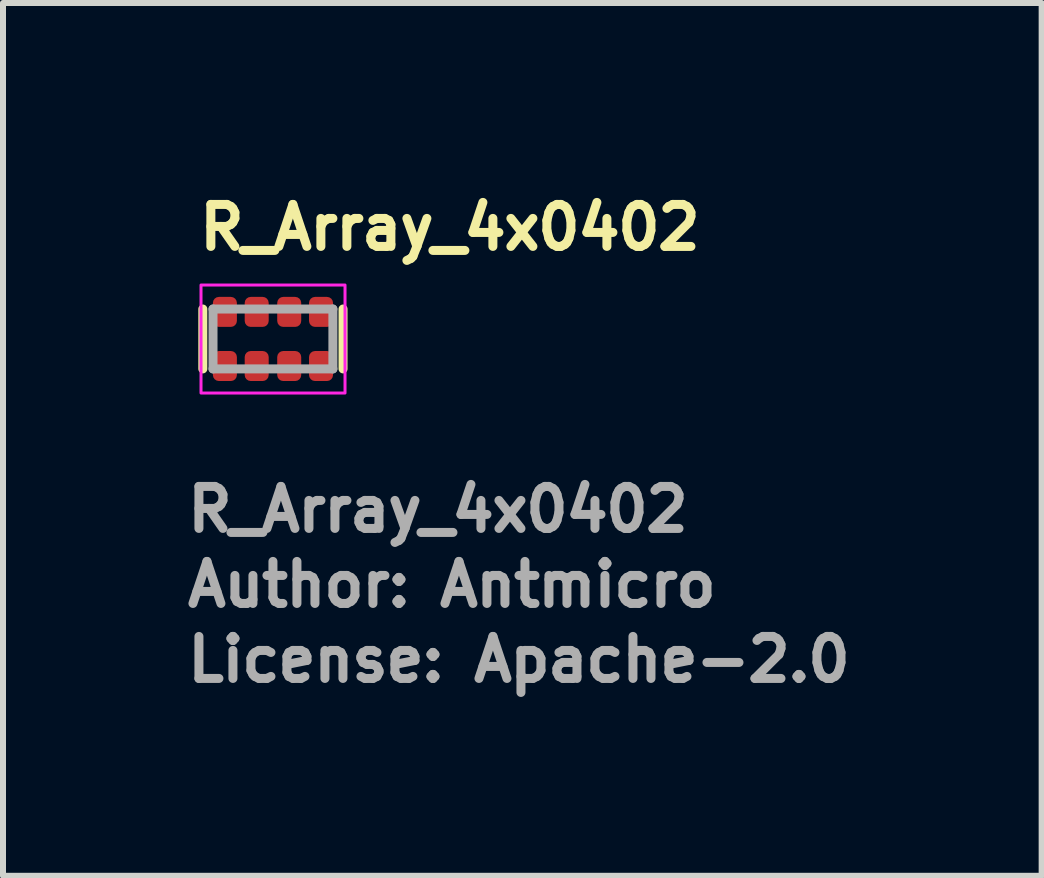
<source format=kicad_pcb>
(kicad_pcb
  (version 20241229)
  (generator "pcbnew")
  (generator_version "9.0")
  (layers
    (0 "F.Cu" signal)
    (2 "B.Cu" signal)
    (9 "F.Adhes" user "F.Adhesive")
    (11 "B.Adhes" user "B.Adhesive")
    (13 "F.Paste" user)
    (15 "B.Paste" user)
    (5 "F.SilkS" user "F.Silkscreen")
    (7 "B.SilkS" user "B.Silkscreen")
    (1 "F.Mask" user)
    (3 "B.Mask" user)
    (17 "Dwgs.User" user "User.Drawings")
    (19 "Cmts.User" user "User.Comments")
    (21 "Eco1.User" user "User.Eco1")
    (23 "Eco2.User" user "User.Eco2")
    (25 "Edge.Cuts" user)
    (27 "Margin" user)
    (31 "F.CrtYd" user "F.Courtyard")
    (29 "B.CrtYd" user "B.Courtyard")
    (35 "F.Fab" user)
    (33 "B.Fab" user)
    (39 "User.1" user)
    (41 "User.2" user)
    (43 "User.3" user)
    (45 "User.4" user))
  (footprint "R_Array_4x0402"
    (layer "F.Cu")
    (at 1.5 2.6)
    (property "Reference" "R_Array_4x0402" (at -1.301 -1.45 0) (layer "F.SilkS") (effects (font (size 0.7 0.7) (thickness 0.15)) (justify left bottom)))
    (attr smd)
    (fp_line (start -1.17 -0.5) (end -1.17 0.498) (stroke (width 0.15) (type solid)) (layer "F.SilkS"))
    (fp_line (start 1.167 0.498) (end 1.167 -0.5) (stroke (width 0.15) (type solid)) (layer "F.SilkS"))
    (fp_rect (start -1.2 -0.9) (end 1.2 0.9) (stroke (width 0.05) (type solid)) (fill no) (layer "F.CrtYd"))
    (fp_line (start -1 -0.5) (end 0.998 -0.5) (stroke (width 0.15) (type solid)) (layer "F.Fab"))
    (fp_line (start -1 0.498) (end -1 -0.5) (stroke (width 0.15) (type solid)) (layer "F.Fab"))
    (fp_line (start 0.998 -0.5) (end 0.998 0.498) (stroke (width 0.15) (type solid)) (layer "F.Fab"))
    (fp_line (start 0.998 0.498) (end -1 0.498) (stroke (width 0.15) (type solid)) (layer "F.Fab"))
    (fp_rect (start -1 -0.5) (end 0.998 0.498) (stroke (width 0.1) (type solid)) (fill no) (layer "User.5"))
    (fp_line (start -1 -0.5) (end -1 -0.295) (stroke (width 0.02) (type solid)) (layer "User.9"))
    (fp_line (start -1 -0.295) (end -1 -0.202) (stroke (width 0.02) (type solid)) (layer "User.9"))
    (fp_line (start -1 0.2) (end -1 0.293) (stroke (width 0.02) (type solid)) (layer "User.9"))
    (fp_line (start -1 0.293) (end -1 0.498) (stroke (width 0.02) (type solid)) (layer "User.9"))
    (fp_line (start -0.995 -0.295) (end -0.995 0.293) (stroke (width 0.02) (type solid)) (layer "User.9"))
    (fp_line (start -0.995 -0.202) (end -1 -0.202) (stroke (width 0.02) (type solid)) (layer "User.9"))
    (fp_line (start -0.995 0.2) (end -1 0.2) (stroke (width 0.02) (type solid)) (layer "User.9"))
    (fp_line (start -0.99 -0.295) (end -1 -0.295) (stroke (width 0.02) (type solid)) (layer "User.9"))
    (fp_line (start -0.99 -0.295) (end -0.99 0.293) (stroke (width 0.02) (type solid)) (layer "User.9"))
    (fp_line (start -0.99 0.293) (end -1 0.293) (stroke (width 0.02) (type solid)) (layer "User.9"))
    (fp_line (start -0.99 0.293) (end -0.6 0.293) (stroke (width 0.02) (type solid)) (layer "User.9"))
    (fp_line (start -0.982 -0.288) (end -0.99 -0.295) (stroke (width 0.02) (type solid)) (layer "User.9"))
    (fp_line (start -0.982 -0.288) (end -0.982 0.286) (stroke (width 0.02) (type solid)) (layer "User.9"))
    (fp_line (start -0.982 0.286) (end -0.99 0.293) (stroke (width 0.02) (type solid)) (layer "User.9"))
    (fp_line (start -0.982 0.286) (end 0.98 0.286) (stroke (width 0.02) (type solid)) (layer "User.9"))
    (fp_line (start -0.6 -0.5) (end -1 -0.5) (stroke (width 0.02) (type solid)) (layer "User.9"))
    (fp_line (start -0.6 -0.5) (end -0.6 -0.295) (stroke (width 0.02) (type solid)) (layer "User.9"))
    (fp_line (start -0.6 -0.295) (end -0.99 -0.295) (stroke (width 0.02) (type solid)) (layer "User.9"))
    (fp_line (start -0.6 0.293) (end -0.6 0.498) (stroke (width 0.02) (type solid)) (layer "User.9"))
    (fp_line (start -0.6 0.293) (end -0.402 0.293) (stroke (width 0.02) (type solid)) (layer "User.9"))
    (fp_line (start -0.6 0.298) (end -0.402 0.298) (stroke (width 0.02) (type solid)) (layer "User.9"))
    (fp_line (start -0.6 0.498) (end -1 0.498) (stroke (width 0.02) (type solid)) (layer "User.9"))
    (fp_line (start -0.402 -0.5) (end -0.402 -0.295) (stroke (width 0.02) (type solid)) (layer "User.9"))
    (fp_line (start -0.402 -0.3) (end -0.6 -0.3) (stroke (width 0.02) (type solid)) (layer "User.9"))
    (fp_line (start -0.402 -0.295) (end -0.6 -0.295) (stroke (width 0.02) (type solid)) (layer "User.9"))
    (fp_line (start -0.402 0.293) (end -0.402 0.498) (stroke (width 0.02) (type solid)) (layer "User.9"))
    (fp_line (start -0.102 -0.5) (end -0.402 -0.5) (stroke (width 0.02) (type solid)) (layer "User.9"))
    (fp_line (start -0.102 -0.5) (end -0.102 -0.295) (stroke (width 0.02) (type solid)) (layer "User.9"))
    (fp_line (start -0.102 -0.295) (end -0.402 -0.295) (stroke (width 0.02) (type solid)) (layer "User.9"))
    (fp_line (start -0.102 0.293) (end -0.402 0.293) (stroke (width 0.02) (type solid)) (layer "User.9"))
    (fp_line (start -0.102 0.293) (end -0.102 0.498) (stroke (width 0.02) (type solid)) (layer "User.9"))
    (fp_line (start -0.102 0.293) (end 0.1 0.293) (stroke (width 0.02) (type solid)) (layer "User.9"))
    (fp_line (start -0.102 0.298) (end 0.1 0.298) (stroke (width 0.02) (type solid)) (layer "User.9"))
    (fp_line (start -0.102 0.498) (end -0.402 0.498) (stroke (width 0.02) (type solid)) (layer "User.9"))
    (fp_line (start 0.1 -0.5) (end 0.1 -0.295) (stroke (width 0.02) (type solid)) (layer "User.9"))
    (fp_line (start 0.1 -0.3) (end -0.102 -0.3) (stroke (width 0.02) (type solid)) (layer "User.9"))
    (fp_line (start 0.1 -0.295) (end -0.102 -0.295) (stroke (width 0.02) (type solid)) (layer "User.9"))
    (fp_line (start 0.1 0.293) (end 0.1 0.498) (stroke (width 0.02) (type solid)) (layer "User.9"))
    (fp_line (start 0.4 -0.5) (end 0.1 -0.5) (stroke (width 0.02) (type solid)) (layer "User.9"))
    (fp_line (start 0.4 -0.5) (end 0.4 -0.295) (stroke (width 0.02) (type solid)) (layer "User.9"))
    (fp_line (start 0.4 -0.295) (end 0.1 -0.295) (stroke (width 0.02) (type solid)) (layer "User.9"))
    (fp_line (start 0.4 0.293) (end 0.1 0.293) (stroke (width 0.02) (type solid)) (layer "User.9"))
    (fp_line (start 0.4 0.293) (end 0.4 0.498) (stroke (width 0.02) (type solid)) (layer "User.9"))
    (fp_line (start 0.4 0.293) (end 0.598 0.293) (stroke (width 0.02) (type solid)) (layer "User.9"))
    (fp_line (start 0.4 0.298) (end 0.598 0.298) (stroke (width 0.02) (type solid)) (layer "User.9"))
    (fp_line (start 0.4 0.498) (end 0.1 0.498) (stroke (width 0.02) (type solid)) (layer "User.9"))
    (fp_line (start 0.598 -0.5) (end 0.598 -0.295) (stroke (width 0.02) (type solid)) (layer "User.9"))
    (fp_line (start 0.598 -0.5) (end 0.998 -0.5) (stroke (width 0.02) (type solid)) (layer "User.9"))
    (fp_line (start 0.598 -0.3) (end 0.4 -0.3) (stroke (width 0.02) (type solid)) (layer "User.9"))
    (fp_line (start 0.598 -0.295) (end 0.4 -0.295) (stroke (width 0.02) (type solid)) (layer "User.9"))
    (fp_line (start 0.598 0.293) (end 0.598 0.498) (stroke (width 0.02) (type solid)) (layer "User.9"))
    (fp_line (start 0.598 0.293) (end 0.988 0.293) (stroke (width 0.02) (type solid)) (layer "User.9"))
    (fp_line (start 0.598 0.498) (end 0.998 0.498) (stroke (width 0.02) (type solid)) (layer "User.9"))
    (fp_line (start 0.98 -0.288) (end -0.982 -0.288) (stroke (width 0.02) (type solid)) (layer "User.9"))
    (fp_line (start 0.98 -0.288) (end 0.988 -0.295) (stroke (width 0.02) (type solid)) (layer "User.9"))
    (fp_line (start 0.98 0.286) (end 0.98 -0.288) (stroke (width 0.02) (type solid)) (layer "User.9"))
    (fp_line (start 0.98 0.286) (end 0.988 0.293) (stroke (width 0.02) (type solid)) (layer "User.9"))
    (fp_line (start 0.988 -0.295) (end 0.598 -0.295) (stroke (width 0.02) (type solid)) (layer "User.9"))
    (fp_line (start 0.988 -0.295) (end 0.998 -0.295) (stroke (width 0.02) (type solid)) (layer "User.9"))
    (fp_line (start 0.988 0.293) (end 0.988 -0.295) (stroke (width 0.02) (type solid)) (layer "User.9"))
    (fp_line (start 0.988 0.293) (end 0.998 0.293) (stroke (width 0.02) (type solid)) (layer "User.9"))
    (fp_line (start 0.993 -0.202) (end 0.998 -0.202) (stroke (width 0.02) (type solid)) (layer "User.9"))
    (fp_line (start 0.993 0.2) (end 0.998 0.2) (stroke (width 0.02) (type solid)) (layer "User.9"))
    (fp_line (start 0.993 0.293) (end 0.993 -0.295) (stroke (width 0.02) (type solid)) (layer "User.9"))
    (fp_line (start 0.998 -0.5) (end 0.998 -0.295) (stroke (width 0.02) (type solid)) (layer "User.9"))
    (fp_line (start 0.998 -0.295) (end 0.998 -0.202) (stroke (width 0.02) (type solid)) (layer "User.9"))
    (fp_line (start 0.998 0.2) (end 0.998 0.293) (stroke (width 0.02) (type solid)) (layer "User.9"))
    (fp_line (start 0.998 0.293) (end 0.998 0.498) (stroke (width 0.02) (type solid)) (layer "User.9"))
    (fp_text user "${REFERENCE}" (at -1.5 3.25 0) (layer "F.Fab") (effects (font (size 0.7 0.7) (thickness 0.15)) (justify left bottom)))
    (fp_text user "License: Apache-2.0" (at -1.5 5.75 0) (layer "F.Fab") (effects (font (size 0.7 0.7) (thickness 0.15)) (justify left bottom)))
    (fp_text user "Author: Antmicro" (at -1.5 4.5 0) (layer "F.Fab") (effects (font (size 0.7 0.7) (thickness 0.15)) (justify left bottom)))
    (pad "1" smd roundrect (at -0.802 0.45) (size 0.4 0.5) (layers "F.Cu" "F.Mask" "F.Paste") (roundrect_rratio 0.25))
    (pad "2" smd roundrect (at -0.272 0.45) (size 0.4 0.5) (layers "F.Cu" "F.Mask" "F.Paste") (roundrect_rratio 0.25))
    (pad "3" smd roundrect (at 0.27 0.45) (size 0.4 0.5) (layers "F.Cu" "F.Mask" "F.Paste") (roundrect_rratio 0.25))
    (pad "4" smd roundrect (at 0.8 0.45) (size 0.4 0.5) (layers "F.Cu" "F.Mask" "F.Paste") (roundrect_rratio 0.25))
    (pad "5" smd roundrect (at 0.8 -0.452) (size 0.4 0.5) (layers "F.Cu" "F.Mask" "F.Paste") (roundrect_rratio 0.25))
    (pad "6" smd roundrect (at 0.27 -0.452) (size 0.4 0.5) (layers "F.Cu" "F.Mask" "F.Paste") (roundrect_rratio 0.25))
    (pad "7" smd roundrect (at -0.272 -0.452) (size 0.4 0.5) (layers "F.Cu" "F.Mask" "F.Paste") (roundrect_rratio 0.25))
    (pad "8" smd roundrect (at -0.802 -0.452) (size 0.4 0.5) (layers "F.Cu" "F.Mask" "F.Paste") (roundrect_rratio 0.25)))
  (gr_rect
    (start -3 -3)
    (end 14.31 11.546)
    (stroke (width 0.1) (type default))
    (fill no)
    (layer "Edge.Cuts")))
</source>
